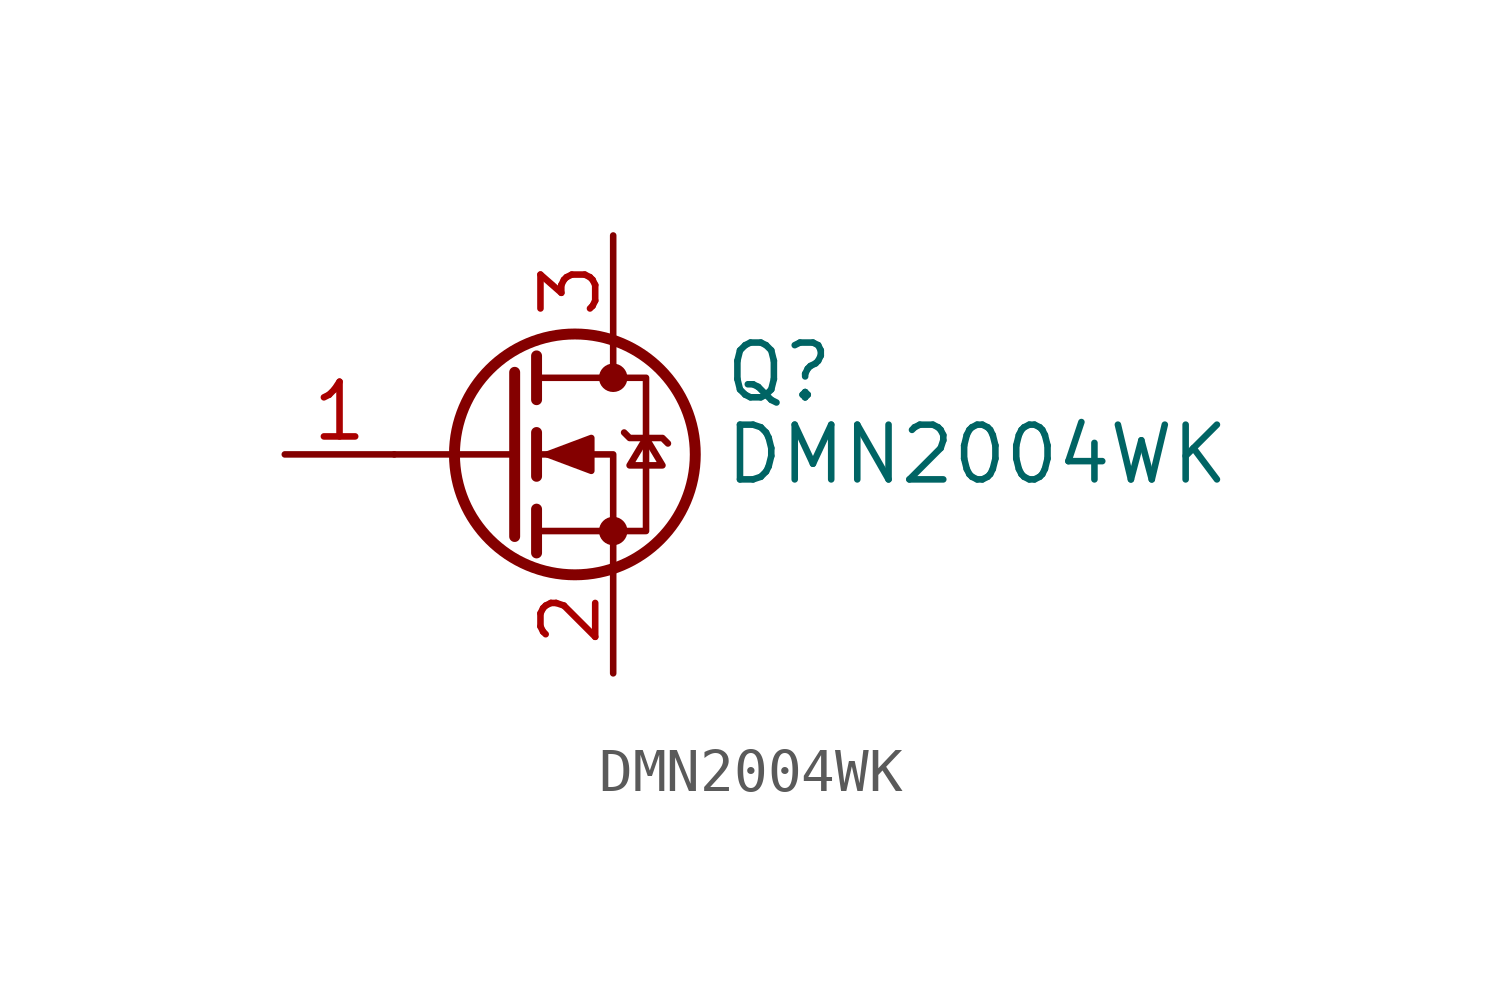
<source format=kicad_sym>
(kicad_symbol_lib
  (version 20211014)
  (generator kicad_symbol_editor)
  (symbol "DMN2004WK"
    (pin_names hide)
    (property "Reference" "Q"
      (at 5.08 1.905 0)
      (effects (font (size 1.27 1.27)) (justify left)))
    (property "Value" "DMN2004WK"
      (at 5.08 0 0)
      (effects (font (size 1.27 1.27)) (justify left)))
    (symbol "DMN2004WK_0_1"
      (polyline (pts (xy 0.254 0) (xy -2.54 0)) (stroke (width 0) (type default) (color 0 0 0 0)) (fill (type none)))
      (polyline (pts (xy 0.254 1.905) (xy 0.254 -1.905)) (stroke (width 0.254) (type default) (color 0 0 0 0)) (fill (type none)))
      (polyline (pts (xy 0.762 -1.27) (xy 0.762 -2.286)) (stroke (width 0.254) (type default) (color 0 0 0 0)) (fill (type none)))
      (polyline (pts (xy 0.762 0.508) (xy 0.762 -0.508)) (stroke (width 0.254) (type default) (color 0 0 0 0)) (fill (type none)))
      (polyline (pts (xy 0.762 2.286) (xy 0.762 1.27)) (stroke (width 0.254) (type default) (color 0 0 0 0)) (fill (type none)))
      (polyline (pts (xy 2.54 2.54) (xy 2.54 1.778)) (stroke (width 0) (type default) (color 0 0 0 0)) (fill (type none)))
      (polyline (pts (xy 2.54 -2.54) (xy 2.54 0) (xy 0.762 0)) (stroke (width 0) (type default) (color 0 0 0 0)) (fill (type none)))
      (polyline (pts (xy 0.762 -1.778) (xy 3.302 -1.778) (xy 3.302 1.778) (xy 0.762 1.778)) (stroke (width 0) (type default) (color 0 0 0 0)) (fill (type none)))
      (polyline (pts (xy 1.016 0) (xy 2.032 0.381) (xy 2.032 -0.381) (xy 1.016 0)) (stroke (width 0) (type default) (color 0 0 0 0)) (fill (type outline)))
      (polyline (pts (xy 2.794 0.508) (xy 2.921 0.381) (xy 3.683 0.381) (xy 3.81 0.254)) (stroke (width 0) (type default) (color 0 0 0 0)) (fill (type none)))
      (polyline (pts (xy 3.302 0.381) (xy 2.921 -0.254) (xy 3.683 -0.254) (xy 3.302 0.381)) (stroke (width 0) (type default) (color 0 0 0 0)) (fill (type none)))
      (circle (center 1.651 0) (radius 2.794) (stroke (width 0.254) (type default) (color 0 0 0 0)) (fill (type none)))
      (circle (center 2.54 -1.778) (radius 0.254) (stroke (width 0) (type default) (color 0 0 0 0)) (fill (type outline)))
      (circle (center 2.54 1.778) (radius 0.254) (stroke (width 0) (type default) (color 0 0 0 0)) (fill (type outline))))
    (symbol "DMN2004WK_1_1"
      (pin input line (at -5.08 0 0) (length 2.54) (name "G" (effects (font (size 1.27 1.27)))) (number "1" (effects (font (size 1.27 1.27)))))
      (pin passive line (at 2.54 -5.08 90) (length 2.54) (name "S" (effects (font (size 1.27 1.27)))) (number "2" (effects (font (size 1.27 1.27)))))
      (pin passive line (at 2.54 5.08 270) (length 2.54) (name "D" (effects (font (size 1.27 1.27)))) (number "3" (effects (font (size 1.27 1.27))))))))
</source>
